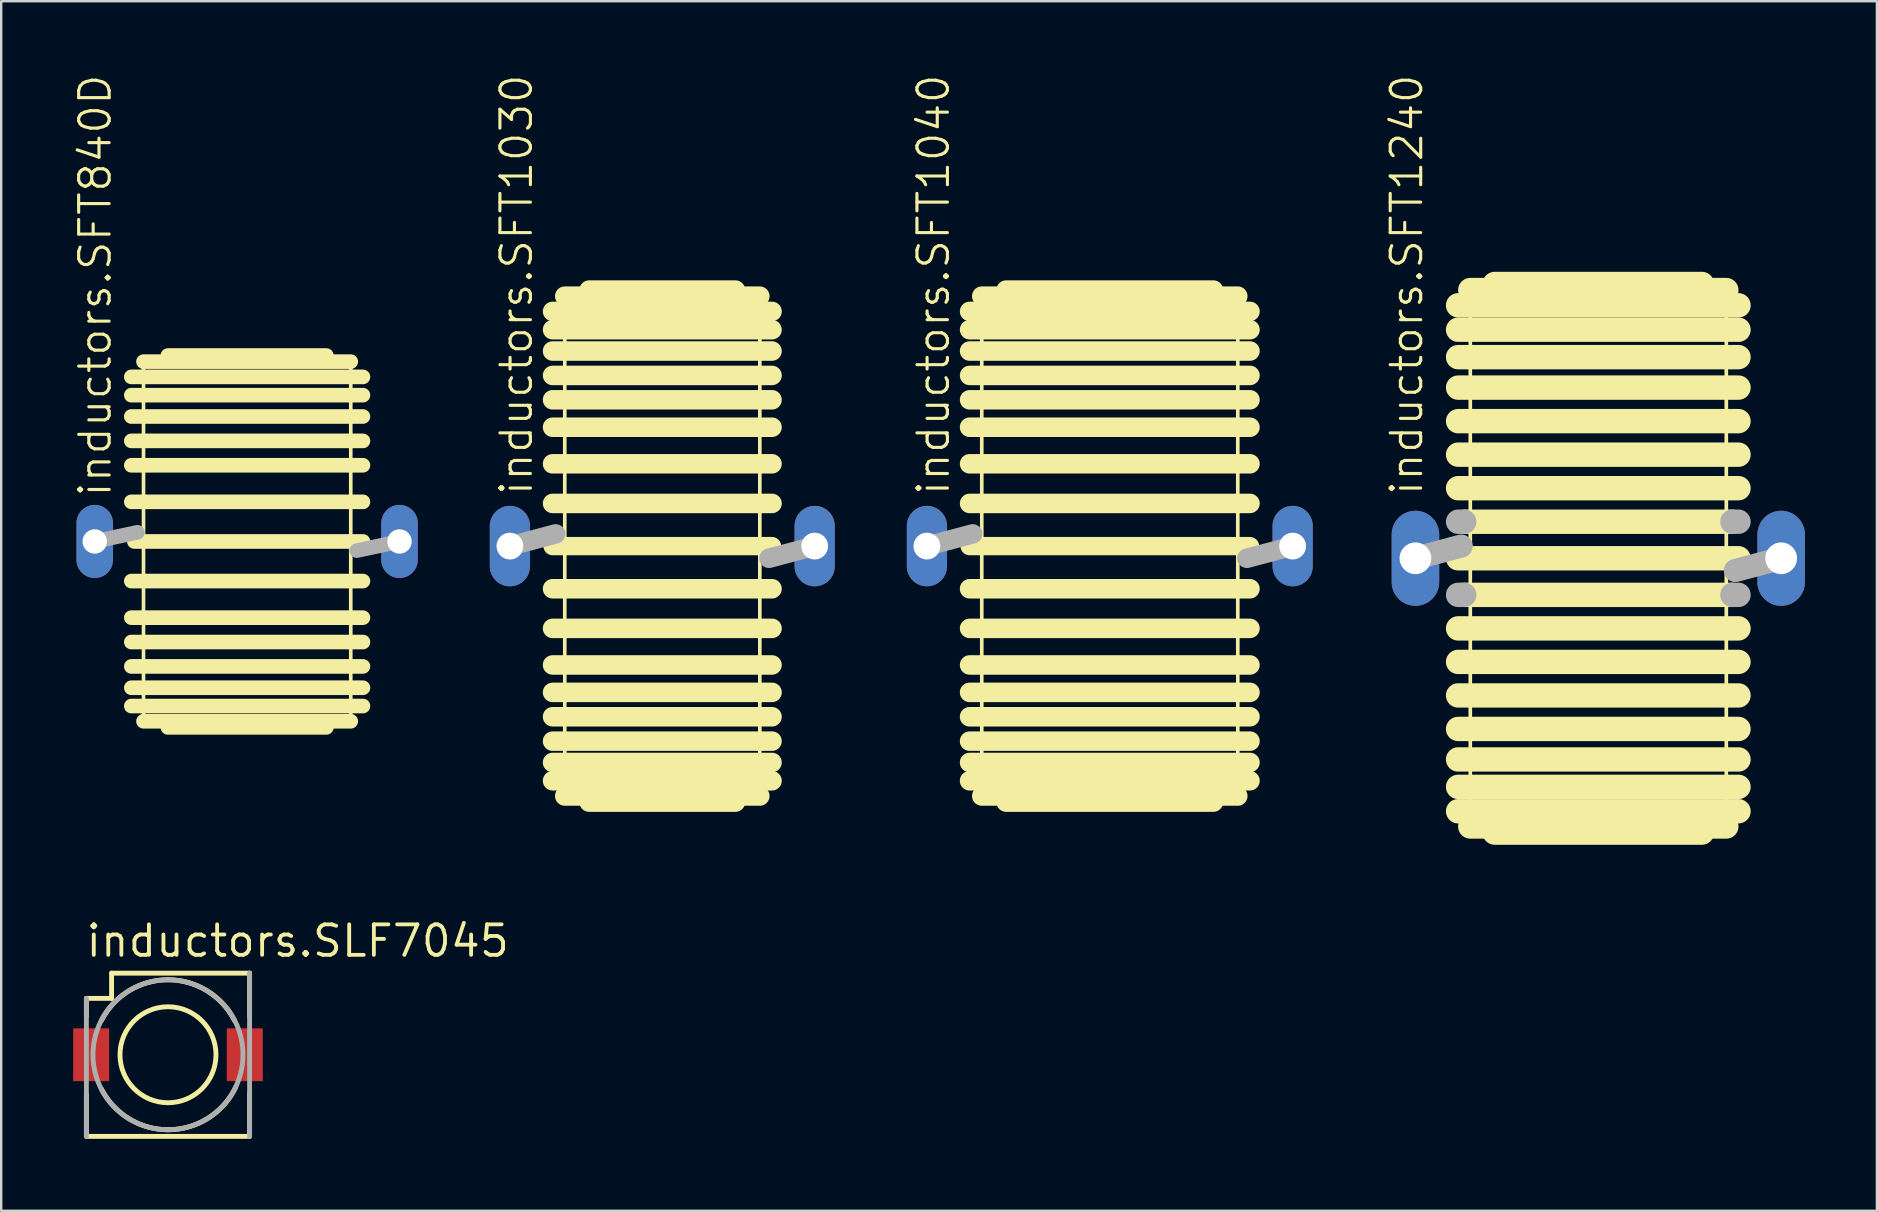
<source format=kicad_pcb>
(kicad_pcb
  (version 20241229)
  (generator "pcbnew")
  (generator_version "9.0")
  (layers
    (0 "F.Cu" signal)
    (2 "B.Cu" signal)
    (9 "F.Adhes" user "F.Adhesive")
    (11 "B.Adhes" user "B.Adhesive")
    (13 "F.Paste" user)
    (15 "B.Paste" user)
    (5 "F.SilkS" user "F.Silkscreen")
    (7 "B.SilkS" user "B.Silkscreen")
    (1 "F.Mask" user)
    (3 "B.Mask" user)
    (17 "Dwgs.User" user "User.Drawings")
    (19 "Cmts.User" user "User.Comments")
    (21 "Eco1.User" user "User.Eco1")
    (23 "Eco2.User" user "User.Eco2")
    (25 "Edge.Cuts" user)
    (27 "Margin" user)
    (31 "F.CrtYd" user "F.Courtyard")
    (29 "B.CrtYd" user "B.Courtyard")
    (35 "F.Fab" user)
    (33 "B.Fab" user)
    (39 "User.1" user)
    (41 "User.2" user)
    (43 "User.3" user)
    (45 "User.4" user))
  (footprint "inductors.SFT1240"
    (layer "F.Cu")
    (at 63.552 20.214)
    (property "Reference" "inductors.SFT1240" (at -7.239 -2.54 90) (layer "F.SilkS") (effects (font (size 1.27 1.27) (thickness 0.13)) (justify left bottom)))
    (attr through_hole)
    (fp_line (start -5.842 -10.541) (end 5.842 -10.541) (stroke (width 1.016) (type default)) (layer "F.SilkS"))
    (fp_line (start -5.842 -9.525) (end 5.842 -9.525) (stroke (width 1.016) (type default)) (layer "F.SilkS"))
    (fp_line (start -5.842 -8.382) (end 5.842 -8.382) (stroke (width 1.016) (type default)) (layer "F.SilkS"))
    (fp_line (start -5.842 -7.112) (end 5.842 -7.112) (stroke (width 1.016) (type default)) (layer "F.SilkS"))
    (fp_line (start -5.842 -5.715) (end 5.842 -5.715) (stroke (width 1.016) (type default)) (layer "F.SilkS"))
    (fp_line (start -5.842 -4.318) (end 5.842 -4.318) (stroke (width 1.016) (type default)) (layer "F.SilkS"))
    (fp_line (start -5.842 -2.921) (end 5.842 -2.921) (stroke (width 1.016) (type default)) (layer "F.SilkS"))
    (fp_line (start -5.842 0) (end 5.842 0) (stroke (width 1.016) (type default)) (layer "F.SilkS"))
    (fp_line (start -5.588 -1.524) (end 5.588 -1.524) (stroke (width 1.016) (type default)) (layer "F.SilkS"))
    (fp_line (start -5.334 -11.176) (end 5.334 -11.176) (stroke (width 1.016) (type default)) (layer "F.SilkS"))
    (fp_line (start -5.334 11.176) (end -5.334 -11.176) (stroke (width 0.152) (type default)) (layer "F.SilkS"))
    (fp_line (start -5.334 11.176) (end 5.334 11.176) (stroke (width 1.016) (type default)) (layer "F.SilkS"))
    (fp_line (start -4.318 -11.43) (end 4.318 -11.43) (stroke (width 1.016) (type default)) (layer "F.SilkS"))
    (fp_line (start -4.318 11.43) (end 4.318 11.43) (stroke (width 1.016) (type default)) (layer "F.SilkS"))
    (fp_line (start 5.334 -11.176) (end 5.334 11.176) (stroke (width 0.152) (type default)) (layer "F.SilkS"))
    (fp_line (start 5.588 1.524) (end -5.588 1.524) (stroke (width 1.016) (type default)) (layer "F.SilkS"))
    (fp_line (start 5.842 2.921) (end -5.842 2.921) (stroke (width 1.016) (type default)) (layer "F.SilkS"))
    (fp_line (start 5.842 4.318) (end -5.842 4.318) (stroke (width 1.016) (type default)) (layer "F.SilkS"))
    (fp_line (start 5.842 5.715) (end -5.842 5.715) (stroke (width 1.016) (type default)) (layer "F.SilkS"))
    (fp_line (start 5.842 7.112) (end -5.842 7.112) (stroke (width 1.016) (type default)) (layer "F.SilkS"))
    (fp_line (start 5.842 8.382) (end -5.842 8.382) (stroke (width 1.016) (type default)) (layer "F.SilkS"))
    (fp_line (start 5.842 9.525) (end -5.842 9.525) (stroke (width 1.016) (type default)) (layer "F.SilkS"))
    (fp_line (start 5.842 10.541) (end -5.842 10.541) (stroke (width 1.016) (type default)) (layer "F.SilkS"))
    (fp_line (start -7.62 0) (end -5.715 -0.508) (stroke (width 0.965) (type default)) (layer "F.Fab"))
    (fp_line (start -5.588 -1.524) (end -5.842 -1.524) (stroke (width 1.016) (type default)) (layer "F.Fab"))
    (fp_line (start -5.588 1.524) (end -5.842 1.524) (stroke (width 1.016) (type default)) (layer "F.Fab"))
    (fp_line (start 5.588 -1.524) (end 5.842 -1.524) (stroke (width 1.016) (type default)) (layer "F.Fab"))
    (fp_line (start 5.588 1.524) (end 5.842 1.524) (stroke (width 1.016) (type default)) (layer "F.Fab"))
    (fp_line (start 5.715 0.508) (end 7.62 0) (stroke (width 0.965) (type default)) (layer "F.Fab"))
    (pad "1" thru_hole oval (at -7.62 0 90) (size 3.962 1.981) (drill 1.321) (layers "*.Cu" "*.Mask"))
    (pad "2" thru_hole oval (at 7.62 0 90) (size 3.962 1.981) (drill 1.321) (layers "*.Cu" "*.Mask")))
  (footprint "inductors.SLF7045"
    (layer "F.Cu")
    (at 3.95 40.902)
    (property "Reference" "inductors.SLF7045" (at -3.5 -4 0) (layer "F.SilkS") (effects (font (size 1.27 1.27) (thickness 0.16)) (justify left bottom)))
    (attr smd)
    (fp_line (start -3.4 -1.6) (end -3.4 -2.35) (stroke (width 0.203) (type default)) (layer "F.SilkS"))
    (fp_line (start -3.4 3.4) (end -3.4 1.65) (stroke (width 0.203) (type default)) (layer "F.SilkS"))
    (fp_line (start -2.35 -3.4) (end -2.35 -2.35) (stroke (width 0.203) (type default)) (layer "F.SilkS"))
    (fp_line (start -2.35 -3.4) (end 3.4 -3.4) (stroke (width 0.203) (type default)) (layer "F.SilkS"))
    (fp_line (start -2.35 -2.35) (end -3.4 -2.35) (stroke (width 0.203) (type default)) (layer "F.SilkS"))
    (fp_line (start 3.4 -3.4) (end 3.4 -1.6) (stroke (width 0.203) (type default)) (layer "F.SilkS"))
    (fp_line (start 3.4 1.6) (end 3.4 3.4) (stroke (width 0.203) (type default)) (layer "F.SilkS"))
    (fp_line (start 3.4 3.4) (end -3.4 3.4) (stroke (width 0.203) (type default)) (layer "F.SilkS"))
    (fp_arc (start -2.775 -1.425) (mid -1.626253 -2.664729) (end 0 -3.125) (stroke (width 0.2032) (type default)) (layer "F.SilkS"))
    (fp_arc (start 0 -3.125) (mid 1.626253 -2.664729) (end 2.775 -1.425) (stroke (width 0.2032) (type default)) (layer "F.SilkS"))
    (fp_arc (start 0 3.125) (mid -1.626253 2.664729) (end -2.775 1.425) (stroke (width 0.2032) (type default)) (layer "F.SilkS"))
    (fp_arc (start 2.825 1.35) (mid 1.669197 2.646047) (end 0 3.125) (stroke (width 0.2032) (type default)) (layer "F.SilkS"))
    (fp_circle (center 0 0) (end 2 0) (stroke (width 0.203) (type default)) (fill no) (layer "F.SilkS"))
    (fp_line (start -3.4 3.4) (end -3.4 -2.35) (stroke (width 0.203) (type default)) (layer "F.Fab"))
    (fp_line (start 3.4 -3.4) (end 3.4 3.4) (stroke (width 0.203) (type default)) (layer "F.Fab"))
    (fp_circle (center 0 0) (end 3.125 0) (stroke (width 0.203) (type default)) (fill no) (layer "F.Fab"))
    (pad "1" smd roundrect (at -3.2 0 90) (size 2.2 1.5) (layers "F.Cu" "F.Mask" "F.Paste") (roundrect_rratio 0.01))
    (pad "2" smd roundrect (at 3.2 0 90) (size 2.2 1.5) (layers "F.Cu" "F.Mask" "F.Paste") (roundrect_rratio 0.01)))
  (footprint "inductors.SFT1040"
    (layer "F.Cu")
    (at 43.195 19.706)
    (property "Reference" "inductors.SFT1040" (at -6.604 -2.032 90) (layer "F.SilkS") (effects (font (size 1.27 1.27) (thickness 0.13)) (justify left bottom)))
    (attr through_hole)
    (fp_line (start -5.842 -9.779) (end 5.842 -9.779) (stroke (width 0.813) (type default)) (layer "F.SilkS"))
    (fp_line (start -5.842 -9.017) (end 5.842 -9.017) (stroke (width 0.813) (type default)) (layer "F.SilkS"))
    (fp_line (start -5.842 -8.128) (end 5.842 -8.128) (stroke (width 0.813) (type default)) (layer "F.SilkS"))
    (fp_line (start -5.842 -7.112) (end 5.842 -7.112) (stroke (width 0.813) (type default)) (layer "F.SilkS"))
    (fp_line (start -5.842 -6.096) (end 5.842 -6.096) (stroke (width 0.813) (type default)) (layer "F.SilkS"))
    (fp_line (start -5.842 -4.953) (end 5.842 -4.953) (stroke (width 0.813) (type default)) (layer "F.SilkS"))
    (fp_line (start -5.842 -3.429) (end 5.842 -3.429) (stroke (width 0.813) (type default)) (layer "F.SilkS"))
    (fp_line (start -5.842 -1.778) (end 5.842 -1.778) (stroke (width 0.813) (type default)) (layer "F.SilkS"))
    (fp_line (start -5.842 0) (end 5.842 0) (stroke (width 0.762) (type default)) (layer "F.SilkS"))
    (fp_line (start -5.334 -10.414) (end 5.334 -10.414) (stroke (width 0.813) (type default)) (layer "F.SilkS"))
    (fp_line (start -5.334 10.414) (end -5.334 -10.414) (stroke (width 0.152) (type default)) (layer "F.SilkS"))
    (fp_line (start -5.334 10.414) (end 5.334 10.414) (stroke (width 0.813) (type default)) (layer "F.SilkS"))
    (fp_line (start -4.318 -10.668) (end 4.318 -10.668) (stroke (width 0.813) (type default)) (layer "F.SilkS"))
    (fp_line (start -4.318 10.668) (end 4.318 10.668) (stroke (width 0.813) (type default)) (layer "F.SilkS"))
    (fp_line (start 5.334 -10.414) (end 5.334 10.414) (stroke (width 0.152) (type default)) (layer "F.SilkS"))
    (fp_line (start 5.842 1.778) (end -5.842 1.778) (stroke (width 0.813) (type default)) (layer "F.SilkS"))
    (fp_line (start 5.842 3.429) (end -5.842 3.429) (stroke (width 0.813) (type default)) (layer "F.SilkS"))
    (fp_line (start 5.842 4.953) (end -5.842 4.953) (stroke (width 0.813) (type default)) (layer "F.SilkS"))
    (fp_line (start 5.842 6.096) (end -5.842 6.096) (stroke (width 0.813) (type default)) (layer "F.SilkS"))
    (fp_line (start 5.842 7.112) (end -5.842 7.112) (stroke (width 0.813) (type default)) (layer "F.SilkS"))
    (fp_line (start 5.842 8.128) (end -5.842 8.128) (stroke (width 0.813) (type default)) (layer "F.SilkS"))
    (fp_line (start 5.842 9.017) (end -5.842 9.017) (stroke (width 0.813) (type default)) (layer "F.SilkS"))
    (fp_line (start 5.842 9.779) (end -5.842 9.779) (stroke (width 0.813) (type default)) (layer "F.SilkS"))
    (fp_line (start -7.62 0) (end -5.715 -0.508) (stroke (width 0.813) (type default)) (layer "F.Fab"))
    (fp_line (start 5.715 0.508) (end 7.62 0) (stroke (width 0.813) (type default)) (layer "F.Fab"))
    (pad "1" thru_hole oval (at -7.62 0 90) (size 3.353 1.676) (drill 1.118) (layers "*.Cu" "*.Mask"))
    (pad "2" thru_hole oval (at 7.62 0 90) (size 3.353 1.676) (drill 1.118) (layers "*.Cu" "*.Mask")))
  (footprint "inductors.SFT840D"
    (layer "F.Cu")
    (at 7.248 19.513)
    (property "Reference" "inductors.SFT840D" (at -5.588 -1.778 90) (layer "F.SilkS") (effects (font (size 1.27 1.27) (thickness 0.13)) (justify left bottom)))
    (attr through_hole)
    (fp_line (start -4.826 -6.858) (end 4.826 -6.858) (stroke (width 0.61) (type default)) (layer "F.SilkS"))
    (fp_line (start -4.826 -6.096) (end 4.826 -6.096) (stroke (width 0.61) (type default)) (layer "F.SilkS"))
    (fp_line (start -4.826 -5.207) (end 4.826 -5.207) (stroke (width 0.61) (type default)) (layer "F.SilkS"))
    (fp_line (start -4.826 -4.191) (end 4.826 -4.191) (stroke (width 0.61) (type default)) (layer "F.SilkS"))
    (fp_line (start -4.826 -3.175) (end 4.826 -3.175) (stroke (width 0.61) (type default)) (layer "F.SilkS"))
    (fp_line (start -4.826 -1.651) (end 4.826 -1.651) (stroke (width 0.61) (type default)) (layer "F.SilkS"))
    (fp_line (start -4.699 0) (end 4.826 0) (stroke (width 0.61) (type default)) (layer "F.SilkS"))
    (fp_line (start -4.318 -7.493) (end 4.318 -7.493) (stroke (width 0.61) (type default)) (layer "F.SilkS"))
    (fp_line (start -4.318 7.493) (end -4.318 -7.493) (stroke (width 0.152) (type default)) (layer "F.SilkS"))
    (fp_line (start -4.318 7.493) (end 4.318 7.493) (stroke (width 0.61) (type default)) (layer "F.SilkS"))
    (fp_line (start -3.302 -7.747) (end 3.302 -7.747) (stroke (width 0.61) (type default)) (layer "F.SilkS"))
    (fp_line (start -3.302 7.747) (end 3.302 7.747) (stroke (width 0.61) (type default)) (layer "F.SilkS"))
    (fp_line (start 4.318 -7.493) (end 4.318 7.493) (stroke (width 0.152) (type default)) (layer "F.SilkS"))
    (fp_line (start 4.826 1.651) (end -4.826 1.651) (stroke (width 0.61) (type default)) (layer "F.SilkS"))
    (fp_line (start 4.826 3.175) (end -4.826 3.175) (stroke (width 0.61) (type default)) (layer "F.SilkS"))
    (fp_line (start 4.826 4.191) (end -4.826 4.191) (stroke (width 0.61) (type default)) (layer "F.SilkS"))
    (fp_line (start 4.826 5.207) (end -4.826 5.207) (stroke (width 0.61) (type default)) (layer "F.SilkS"))
    (fp_line (start 4.826 6.096) (end -4.826 6.096) (stroke (width 0.61) (type default)) (layer "F.SilkS"))
    (fp_line (start 4.826 6.858) (end -4.826 6.858) (stroke (width 0.61) (type default)) (layer "F.SilkS"))
    (fp_line (start -6.35 0) (end -4.572 -0.381) (stroke (width 0.61) (type default)) (layer "F.Fab"))
    (fp_line (start 4.572 0.381) (end 6.35 0) (stroke (width 0.61) (type default)) (layer "F.Fab"))
    (pad "1" thru_hole oval (at -6.35 0 90) (size 3.048 1.524) (drill 1.016) (layers "*.Cu" "*.Mask"))
    (pad "2" thru_hole oval (at 6.35 0 90) (size 3.048 1.524) (drill 1.016) (layers "*.Cu" "*.Mask")))
  (footprint "inductors.SFT1030"
    (layer "F.Cu")
    (at 24.548 19.706)
    (property "Reference" "inductors.SFT1030" (at -5.334 -2.032 90) (layer "F.SilkS") (effects (font (size 1.27 1.27) (thickness 0.13)) (justify left bottom)))
    (attr through_hole)
    (fp_line (start -4.572 -9.779) (end 4.572 -9.779) (stroke (width 0.813) (type default)) (layer "F.SilkS"))
    (fp_line (start -4.572 -9.017) (end 4.572 -9.017) (stroke (width 0.813) (type default)) (layer "F.SilkS"))
    (fp_line (start -4.572 -8.128) (end 4.572 -8.128) (stroke (width 0.813) (type default)) (layer "F.SilkS"))
    (fp_line (start -4.572 -7.112) (end 4.572 -7.112) (stroke (width 0.813) (type default)) (layer "F.SilkS"))
    (fp_line (start -4.572 -6.096) (end 4.572 -6.096) (stroke (width 0.813) (type default)) (layer "F.SilkS"))
    (fp_line (start -4.572 -4.953) (end 4.572 -4.953) (stroke (width 0.813) (type default)) (layer "F.SilkS"))
    (fp_line (start -4.572 -3.429) (end 4.572 -3.429) (stroke (width 0.813) (type default)) (layer "F.SilkS"))
    (fp_line (start -4.572 -1.778) (end 4.572 -1.778) (stroke (width 0.813) (type default)) (layer "F.SilkS"))
    (fp_line (start -4.572 0) (end 4.572 0) (stroke (width 0.762) (type default)) (layer "F.SilkS"))
    (fp_line (start -4.064 -10.414) (end 4.064 -10.414) (stroke (width 0.813) (type default)) (layer "F.SilkS"))
    (fp_line (start -4.064 10.414) (end -4.064 -10.414) (stroke (width 0.152) (type default)) (layer "F.SilkS"))
    (fp_line (start -4.064 10.414) (end 4.064 10.414) (stroke (width 0.813) (type default)) (layer "F.SilkS"))
    (fp_line (start -3.048 -10.668) (end 3.048 -10.668) (stroke (width 0.813) (type default)) (layer "F.SilkS"))
    (fp_line (start -3.048 10.668) (end 3.048 10.668) (stroke (width 0.813) (type default)) (layer "F.SilkS"))
    (fp_line (start 4.064 -10.414) (end 4.064 10.414) (stroke (width 0.152) (type default)) (layer "F.SilkS"))
    (fp_line (start 4.572 1.778) (end -4.572 1.778) (stroke (width 0.813) (type default)) (layer "F.SilkS"))
    (fp_line (start 4.572 3.429) (end -4.572 3.429) (stroke (width 0.813) (type default)) (layer "F.SilkS"))
    (fp_line (start 4.572 4.953) (end -4.572 4.953) (stroke (width 0.813) (type default)) (layer "F.SilkS"))
    (fp_line (start 4.572 6.096) (end -4.572 6.096) (stroke (width 0.813) (type default)) (layer "F.SilkS"))
    (fp_line (start 4.572 7.112) (end -4.572 7.112) (stroke (width 0.813) (type default)) (layer "F.SilkS"))
    (fp_line (start 4.572 8.128) (end -4.572 8.128) (stroke (width 0.813) (type default)) (layer "F.SilkS"))
    (fp_line (start 4.572 9.017) (end -4.572 9.017) (stroke (width 0.813) (type default)) (layer "F.SilkS"))
    (fp_line (start 4.572 9.779) (end -4.572 9.779) (stroke (width 0.813) (type default)) (layer "F.SilkS"))
    (fp_line (start -6.35 0) (end -4.445 -0.508) (stroke (width 0.813) (type default)) (layer "F.Fab"))
    (fp_line (start 4.445 0.508) (end 6.35 0) (stroke (width 0.813) (type default)) (layer "F.Fab"))
    (pad "1" thru_hole oval (at -6.35 0 90) (size 3.353 1.676) (drill 1.118) (layers "*.Cu" "*.Mask"))
    (pad "2" thru_hole oval (at 6.35 0 90) (size 3.353 1.676) (drill 1.118) (layers "*.Cu" "*.Mask")))
  (gr_rect
    (start -3 -3)
    (end 75.162 47.404)
    (stroke (width 0.1) (type default))
    (fill no)
    (layer "Edge.Cuts")))
</source>
